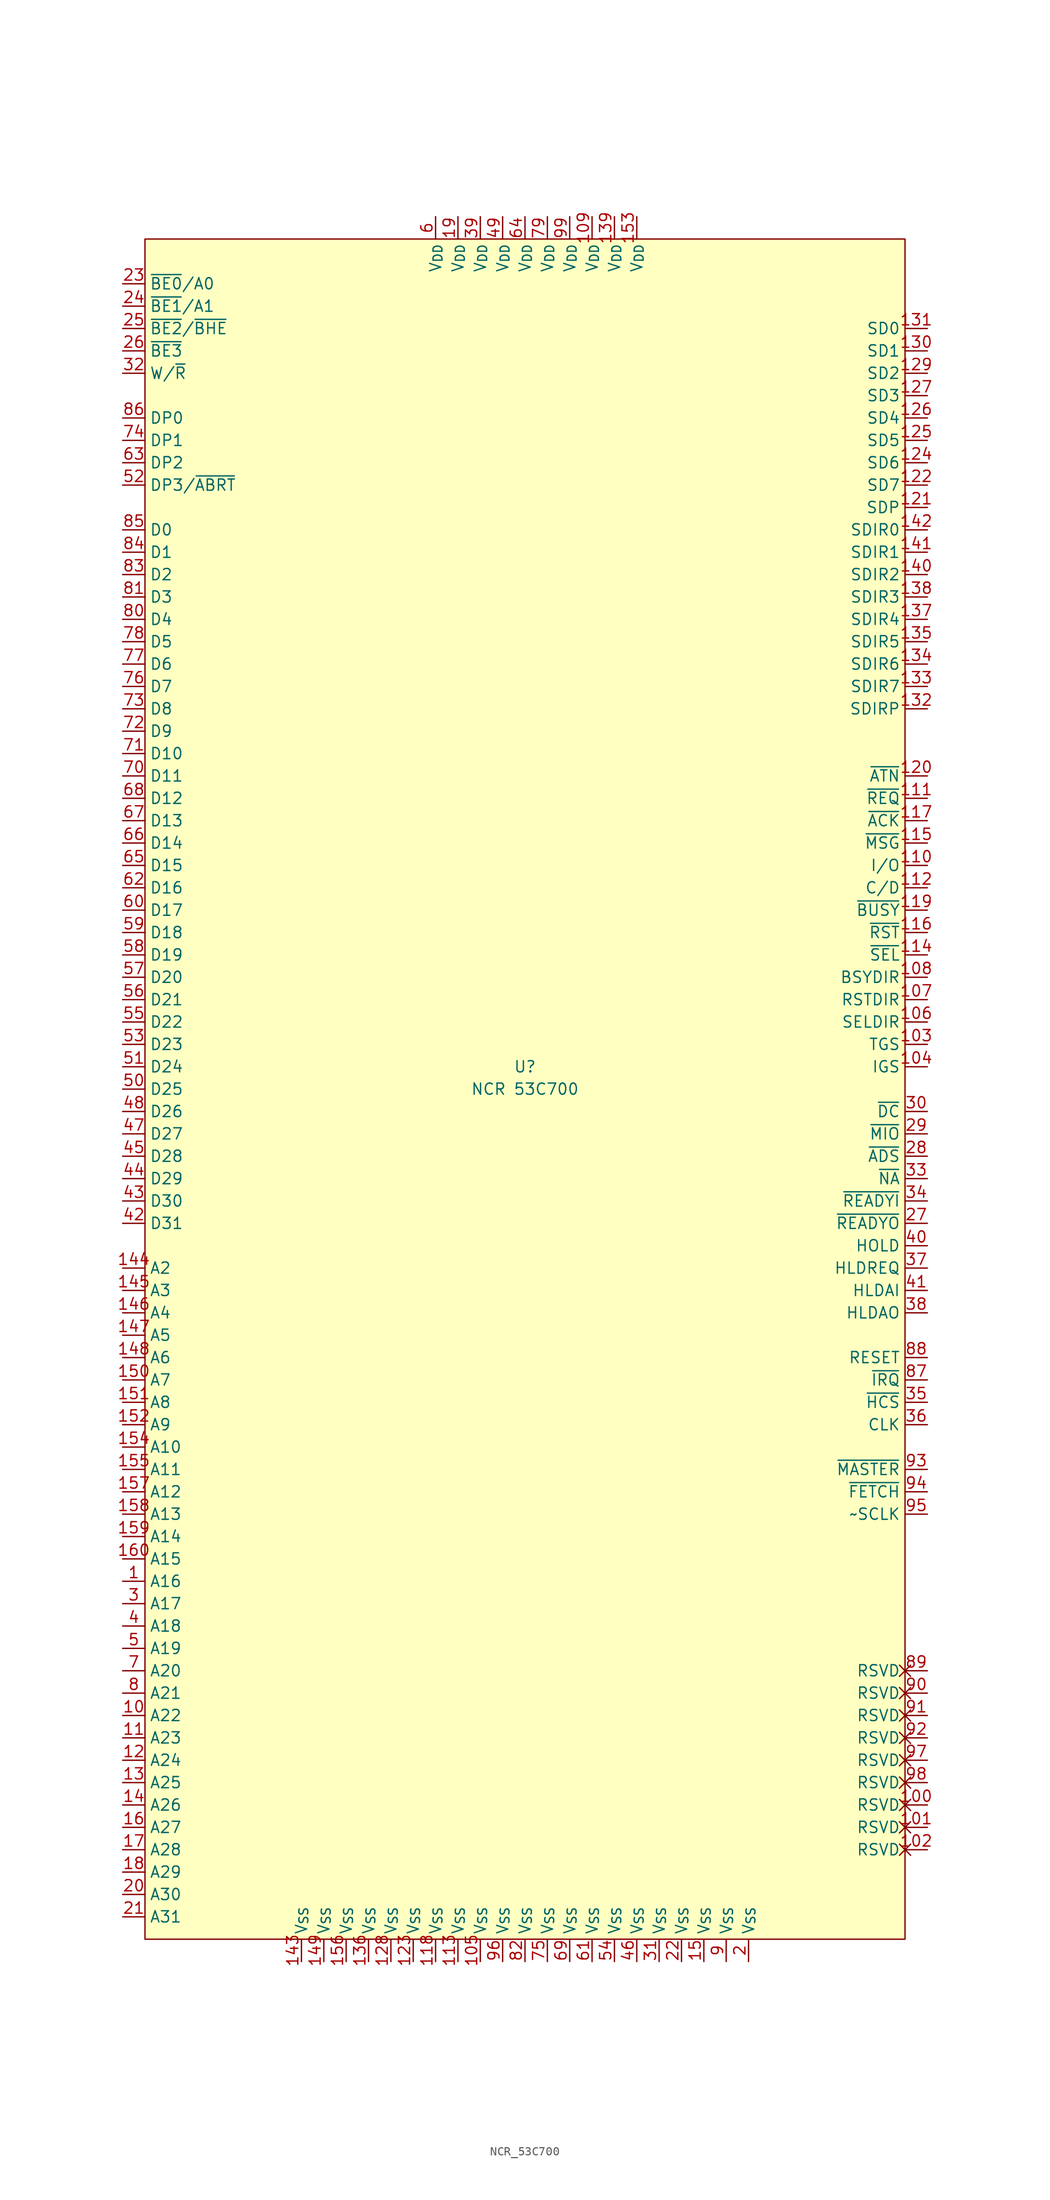
<source format=kicad_sym>
(kicad_symbol_lib
  (version 20220914)
  (generator kicad_symbol_editor)
  (symbol "NCR_53C700"
    (property "Reference" "U"
      (at 0 2.54 0)
      (effects (font (size 1.27 1.27))))
    (property "Value" "NCR 53C700"
      (at 0 0 0)
      (effects (font (size 1.27 1.27))))
    (symbol "NCR_53C700_1_0"
      (pin passive non_logic (at 45.72 -81.28 180) (length 2.54) (name "RSVD" (effects (font (size 1.27 1.27)))) (number "100" (effects (font (size 1.27 1.27)))))
      (pin passive non_logic (at 45.72 -83.82 180) (length 2.54) (name "RSVD" (effects (font (size 1.27 1.27)))) (number "101" (effects (font (size 1.27 1.27)))))
      (pin passive non_logic (at 45.72 -86.36 180) (length 2.54) (name "RSVD" (effects (font (size 1.27 1.27)))) (number "102" (effects (font (size 1.27 1.27)))))
      (pin power_in line (at -5.08 -99.06 90) (length 2.54) (name "V_{SS}" (effects (font (size 1.27 1.27)))) (number "105" (effects (font (size 1.27 1.27)))))
      (pin power_in line (at 7.62 99.06 270) (length 2.54) (name "V_{DD}" (effects (font (size 1.27 1.27)))) (number "109" (effects (font (size 1.27 1.27)))))
      (pin power_in line (at -7.62 -99.06 90) (length 2.54) (name "V_{SS}" (effects (font (size 1.27 1.27)))) (number "113" (effects (font (size 1.27 1.27)))))
      (pin power_in line (at -10.16 -99.06 90) (length 2.54) (name "V_{SS}" (effects (font (size 1.27 1.27)))) (number "118" (effects (font (size 1.27 1.27)))))
      (pin power_in line (at -12.7 -99.06 90) (length 2.54) (name "V_{SS}" (effects (font (size 1.27 1.27)))) (number "123" (effects (font (size 1.27 1.27)))))
      (pin power_in line (at -15.24 -99.06 90) (length 2.54) (name "V_{SS}" (effects (font (size 1.27 1.27)))) (number "128" (effects (font (size 1.27 1.27)))))
      (pin power_in line (at -17.78 -99.06 90) (length 2.54) (name "V_{SS}" (effects (font (size 1.27 1.27)))) (number "136" (effects (font (size 1.27 1.27)))))
      (pin power_in line (at 10.16 99.06 270) (length 2.54) (name "V_{DD}" (effects (font (size 1.27 1.27)))) (number "139" (effects (font (size 1.27 1.27)))))
      (pin power_in line (at -25.4 -99.06 90) (length 2.54) (name "V_{SS}" (effects (font (size 1.27 1.27)))) (number "143" (effects (font (size 1.27 1.27)))))
      (pin power_in line (at -22.86 -99.06 90) (length 2.54) (name "V_{SS}" (effects (font (size 1.27 1.27)))) (number "149" (effects (font (size 1.27 1.27)))))
      (pin power_in line (at 20.32 -99.06 90) (length 2.54) (name "V_{SS}" (effects (font (size 1.27 1.27)))) (number "15" (effects (font (size 1.27 1.27)))))
      (pin power_in line (at 12.7 99.06 270) (length 2.54) (name "V_{DD}" (effects (font (size 1.27 1.27)))) (number "153" (effects (font (size 1.27 1.27)))))
      (pin power_in line (at -20.32 -99.06 90) (length 2.54) (name "V_{SS}" (effects (font (size 1.27 1.27)))) (number "156" (effects (font (size 1.27 1.27)))))
      (pin power_in line (at -7.62 99.06 270) (length 2.54) (name "V_{DD}" (effects (font (size 1.27 1.27)))) (number "19" (effects (font (size 1.27 1.27)))))
      (pin power_in line (at 25.4 -99.06 90) (length 2.54) (name "V_{SS}" (effects (font (size 1.27 1.27)))) (number "2" (effects (font (size 1.27 1.27)))))
      (pin power_in line (at 17.78 -99.06 90) (length 2.54) (name "V_{SS}" (effects (font (size 1.27 1.27)))) (number "22" (effects (font (size 1.27 1.27)))))
      (pin power_in line (at 15.24 -99.06 90) (length 2.54) (name "V_{SS}" (effects (font (size 1.27 1.27)))) (number "31" (effects (font (size 1.27 1.27)))))
      (pin power_in line (at -5.08 99.06 270) (length 2.54) (name "V_{DD}" (effects (font (size 1.27 1.27)))) (number "39" (effects (font (size 1.27 1.27)))))
      (pin power_in line (at 12.7 -99.06 90) (length 2.54) (name "V_{SS}" (effects (font (size 1.27 1.27)))) (number "46" (effects (font (size 1.27 1.27)))))
      (pin power_in line (at -2.54 99.06 270) (length 2.54) (name "V_{DD}" (effects (font (size 1.27 1.27)))) (number "49" (effects (font (size 1.27 1.27)))))
      (pin power_in line (at 10.16 -99.06 90) (length 2.54) (name "V_{SS}" (effects (font (size 1.27 1.27)))) (number "54" (effects (font (size 1.27 1.27)))))
      (pin power_in line (at 7.62 -99.06 90) (length 2.54) (name "V_{SS}" (effects (font (size 1.27 1.27)))) (number "61" (effects (font (size 1.27 1.27)))))
      (pin power_in line (at 0 99.06 270) (length 2.54) (name "V_{DD}" (effects (font (size 1.27 1.27)))) (number "64" (effects (font (size 1.27 1.27)))))
      (pin power_in line (at 5.08 -99.06 90) (length 2.54) (name "V_{SS}" (effects (font (size 1.27 1.27)))) (number "69" (effects (font (size 1.27 1.27)))))
      (pin power_in line (at 2.54 -99.06 90) (length 2.54) (name "V_{SS}" (effects (font (size 1.27 1.27)))) (number "75" (effects (font (size 1.27 1.27)))))
      (pin power_in line (at 2.54 99.06 270) (length 2.54) (name "V_{DD}" (effects (font (size 1.27 1.27)))) (number "79" (effects (font (size 1.27 1.27)))))
      (pin power_in line (at 0 -99.06 90) (length 2.54) (name "V_{SS}" (effects (font (size 1.27 1.27)))) (number "82" (effects (font (size 1.27 1.27)))))
      (pin power_in line (at 22.86 -99.06 90) (length 2.54) (name "V_{SS}" (effects (font (size 1.27 1.27)))) (number "9" (effects (font (size 1.27 1.27)))))
      (pin passive non_logic (at 45.72 -68.58 180) (length 2.54) (name "RSVD" (effects (font (size 1.27 1.27)))) (number "90" (effects (font (size 1.27 1.27)))))
      (pin passive non_logic (at 45.72 -71.12 180) (length 2.54) (name "RSVD" (effects (font (size 1.27 1.27)))) (number "91" (effects (font (size 1.27 1.27)))))
      (pin passive non_logic (at 45.72 -73.66 180) (length 2.54) (name "RSVD" (effects (font (size 1.27 1.27)))) (number "92" (effects (font (size 1.27 1.27)))))
      (pin power_in line (at -2.54 -99.06 90) (length 2.54) (name "V_{SS}" (effects (font (size 1.27 1.27)))) (number "96" (effects (font (size 1.27 1.27)))))
      (pin passive non_logic (at 45.72 -76.2 180) (length 2.54) (name "RSVD" (effects (font (size 1.27 1.27)))) (number "97" (effects (font (size 1.27 1.27)))))
      (pin passive non_logic (at 45.72 -78.74 180) (length 2.54) (name "RSVD" (effects (font (size 1.27 1.27)))) (number "98" (effects (font (size 1.27 1.27)))))
      (pin power_in line (at 5.08 99.06 270) (length 2.54) (name "V_{DD}" (effects (font (size 1.27 1.27)))) (number "99" (effects (font (size 1.27 1.27))))))
    (symbol "NCR_53C700_1_1"
      (rectangle (start -43.18 96.52) (end 43.18 -96.52) (stroke (width 0) (type default)) (fill (type background)))
      (pin tri_state line (at -45.72 -55.88 0) (length 2.54) (name "A16" (effects (font (size 1.27 1.27)))) (number "1" (effects (font (size 1.27 1.27)))))
      (pin tri_state line (at -45.72 -71.12 0) (length 2.54) (name "A22" (effects (font (size 1.27 1.27)))) (number "10" (effects (font (size 1.27 1.27)))))
      (pin output line (at 45.72 5.08 180) (length 2.54) (name "TGS" (effects (font (size 1.27 1.27)))) (number "103" (effects (font (size 1.27 1.27)))))
      (pin output line (at 45.72 2.54 180) (length 2.54) (name "IGS" (effects (font (size 1.27 1.27)))) (number "104" (effects (font (size 1.27 1.27)))))
      (pin output line (at 45.72 7.62 180) (length 2.54) (name "SELDIR" (effects (font (size 1.27 1.27)))) (number "106" (effects (font (size 1.27 1.27)))))
      (pin output line (at 45.72 10.16 180) (length 2.54) (name "RSTDIR" (effects (font (size 1.27 1.27)))) (number "107" (effects (font (size 1.27 1.27)))))
      (pin output line (at 45.72 12.7 180) (length 2.54) (name "BSYDIR" (effects (font (size 1.27 1.27)))) (number "108" (effects (font (size 1.27 1.27)))))
      (pin tri_state line (at -45.72 -73.66 0) (length 2.54) (name "A23" (effects (font (size 1.27 1.27)))) (number "11" (effects (font (size 1.27 1.27)))))
      (pin open_collector line (at 45.72 25.4 180) (length 2.54) (name "I/O" (effects (font (size 1.27 1.27)))) (number "110" (effects (font (size 1.27 1.27)))))
      (pin open_collector line (at 45.72 33.02 180) (length 2.54) (name "~{REQ}" (effects (font (size 1.27 1.27)))) (number "111" (effects (font (size 1.27 1.27)))))
      (pin open_collector line (at 45.72 22.86 180) (length 2.54) (name "C/D" (effects (font (size 1.27 1.27)))) (number "112" (effects (font (size 1.27 1.27)))))
      (pin open_collector line (at 45.72 15.24 180) (length 2.54) (name "~{SEL}" (effects (font (size 1.27 1.27)))) (number "114" (effects (font (size 1.27 1.27)))))
      (pin open_collector line (at 45.72 27.94 180) (length 2.54) (name "~{MSG}" (effects (font (size 1.27 1.27)))) (number "115" (effects (font (size 1.27 1.27)))))
      (pin open_collector line (at 45.72 17.78 180) (length 2.54) (name "~{RST}" (effects (font (size 1.27 1.27)))) (number "116" (effects (font (size 1.27 1.27)))))
      (pin open_collector line (at 45.72 30.48 180) (length 2.54) (name "~{ACK}" (effects (font (size 1.27 1.27)))) (number "117" (effects (font (size 1.27 1.27)))))
      (pin open_collector line (at 45.72 20.32 180) (length 2.54) (name "~{BUSY}" (effects (font (size 1.27 1.27)))) (number "119" (effects (font (size 1.27 1.27)))))
      (pin tri_state line (at -45.72 -76.2 0) (length 2.54) (name "A24" (effects (font (size 1.27 1.27)))) (number "12" (effects (font (size 1.27 1.27)))))
      (pin open_collector line (at 45.72 35.56 180) (length 2.54) (name "~{ATN}" (effects (font (size 1.27 1.27)))) (number "120" (effects (font (size 1.27 1.27)))))
      (pin open_collector line (at 45.72 66.04 180) (length 2.54) (name "SDP" (effects (font (size 1.27 1.27)))) (number "121" (effects (font (size 1.27 1.27)))))
      (pin open_collector line (at 45.72 68.58 180) (length 2.54) (name "SD7" (effects (font (size 1.27 1.27)))) (number "122" (effects (font (size 1.27 1.27)))))
      (pin open_collector line (at 45.72 71.12 180) (length 2.54) (name "SD6" (effects (font (size 1.27 1.27)))) (number "124" (effects (font (size 1.27 1.27)))))
      (pin open_collector line (at 45.72 73.66 180) (length 2.54) (name "SD5" (effects (font (size 1.27 1.27)))) (number "125" (effects (font (size 1.27 1.27)))))
      (pin open_collector line (at 45.72 76.2 180) (length 2.54) (name "SD4" (effects (font (size 1.27 1.27)))) (number "126" (effects (font (size 1.27 1.27)))))
      (pin open_collector line (at 45.72 78.74 180) (length 2.54) (name "SD3" (effects (font (size 1.27 1.27)))) (number "127" (effects (font (size 1.27 1.27)))))
      (pin open_collector line (at 45.72 81.28 180) (length 2.54) (name "SD2" (effects (font (size 1.27 1.27)))) (number "129" (effects (font (size 1.27 1.27)))))
      (pin tri_state line (at -45.72 -78.74 0) (length 2.54) (name "A25" (effects (font (size 1.27 1.27)))) (number "13" (effects (font (size 1.27 1.27)))))
      (pin open_collector line (at 45.72 83.82 180) (length 2.54) (name "SD1" (effects (font (size 1.27 1.27)))) (number "130" (effects (font (size 1.27 1.27)))))
      (pin open_collector line (at 45.72 86.36 180) (length 2.54) (name "SD0" (effects (font (size 1.27 1.27)))) (number "131" (effects (font (size 1.27 1.27)))))
      (pin output line (at 45.72 43.18 180) (length 2.54) (name "SDIRP" (effects (font (size 1.27 1.27)))) (number "132" (effects (font (size 1.27 1.27)))))
      (pin output line (at 45.72 45.72 180) (length 2.54) (name "SDIR7" (effects (font (size 1.27 1.27)))) (number "133" (effects (font (size 1.27 1.27)))))
      (pin output line (at 45.72 48.26 180) (length 2.54) (name "SDIR6" (effects (font (size 1.27 1.27)))) (number "134" (effects (font (size 1.27 1.27)))))
      (pin output line (at 45.72 50.8 180) (length 2.54) (name "SDIR5" (effects (font (size 1.27 1.27)))) (number "135" (effects (font (size 1.27 1.27)))))
      (pin output line (at 45.72 53.34 180) (length 2.54) (name "SDIR4" (effects (font (size 1.27 1.27)))) (number "137" (effects (font (size 1.27 1.27)))))
      (pin output line (at 45.72 55.88 180) (length 2.54) (name "SDIR3" (effects (font (size 1.27 1.27)))) (number "138" (effects (font (size 1.27 1.27)))))
      (pin tri_state line (at -45.72 -81.28 0) (length 2.54) (name "A26" (effects (font (size 1.27 1.27)))) (number "14" (effects (font (size 1.27 1.27)))))
      (pin output line (at 45.72 58.42 180) (length 2.54) (name "SDIR2" (effects (font (size 1.27 1.27)))) (number "140" (effects (font (size 1.27 1.27)))))
      (pin output line (at 45.72 60.96 180) (length 2.54) (name "SDIR1" (effects (font (size 1.27 1.27)))) (number "141" (effects (font (size 1.27 1.27)))))
      (pin output line (at 45.72 63.5 180) (length 2.54) (name "SDIR0" (effects (font (size 1.27 1.27)))) (number "142" (effects (font (size 1.27 1.27)))))
      (pin tri_state line (at -45.72 -20.32 0) (length 2.54) (name "A2" (effects (font (size 1.27 1.27)))) (number "144" (effects (font (size 1.27 1.27)))))
      (pin tri_state line (at -45.72 -22.86 0) (length 2.54) (name "A3" (effects (font (size 1.27 1.27)))) (number "145" (effects (font (size 1.27 1.27)))))
      (pin tri_state line (at -45.72 -25.4 0) (length 2.54) (name "A4" (effects (font (size 1.27 1.27)))) (number "146" (effects (font (size 1.27 1.27)))))
      (pin tri_state line (at -45.72 -27.94 0) (length 2.54) (name "A5" (effects (font (size 1.27 1.27)))) (number "147" (effects (font (size 1.27 1.27)))))
      (pin tri_state line (at -45.72 -30.48 0) (length 2.54) (name "A6" (effects (font (size 1.27 1.27)))) (number "148" (effects (font (size 1.27 1.27)))))
      (pin tri_state line (at -45.72 -33.02 0) (length 2.54) (name "A7" (effects (font (size 1.27 1.27)))) (number "150" (effects (font (size 1.27 1.27)))))
      (pin tri_state line (at -45.72 -35.56 0) (length 2.54) (name "A8" (effects (font (size 1.27 1.27)))) (number "151" (effects (font (size 1.27 1.27)))))
      (pin tri_state line (at -45.72 -38.1 0) (length 2.54) (name "A9" (effects (font (size 1.27 1.27)))) (number "152" (effects (font (size 1.27 1.27)))))
      (pin tri_state line (at -45.72 -40.64 0) (length 2.54) (name "A10" (effects (font (size 1.27 1.27)))) (number "154" (effects (font (size 1.27 1.27)))))
      (pin tri_state line (at -45.72 -43.18 0) (length 2.54) (name "A11" (effects (font (size 1.27 1.27)))) (number "155" (effects (font (size 1.27 1.27)))))
      (pin tri_state line (at -45.72 -45.72 0) (length 2.54) (name "A12" (effects (font (size 1.27 1.27)))) (number "157" (effects (font (size 1.27 1.27)))))
      (pin tri_state line (at -45.72 -48.26 0) (length 2.54) (name "A13" (effects (font (size 1.27 1.27)))) (number "158" (effects (font (size 1.27 1.27)))))
      (pin tri_state line (at -45.72 -50.8 0) (length 2.54) (name "A14" (effects (font (size 1.27 1.27)))) (number "159" (effects (font (size 1.27 1.27)))))
      (pin tri_state line (at -45.72 -83.82 0) (length 2.54) (name "A27" (effects (font (size 1.27 1.27)))) (number "16" (effects (font (size 1.27 1.27)))))
      (pin tri_state line (at -45.72 -53.34 0) (length 2.54) (name "A15" (effects (font (size 1.27 1.27)))) (number "160" (effects (font (size 1.27 1.27)))))
      (pin tri_state line (at -45.72 -86.36 0) (length 2.54) (name "A28" (effects (font (size 1.27 1.27)))) (number "17" (effects (font (size 1.27 1.27)))))
      (pin tri_state line (at -45.72 -88.9 0) (length 2.54) (name "A29" (effects (font (size 1.27 1.27)))) (number "18" (effects (font (size 1.27 1.27)))))
      (pin tri_state line (at -45.72 -91.44 0) (length 2.54) (name "A30" (effects (font (size 1.27 1.27)))) (number "20" (effects (font (size 1.27 1.27)))))
      (pin tri_state line (at -45.72 -93.98 0) (length 2.54) (name "A31" (effects (font (size 1.27 1.27)))) (number "21" (effects (font (size 1.27 1.27)))))
      (pin bidirectional line (at -45.72 91.44 0) (length 2.54) (name "~{BE0}/A0" (effects (font (size 1.27 1.27)))) (number "23" (effects (font (size 1.27 1.27)))))
      (pin bidirectional line (at -45.72 88.9 0) (length 2.54) (name "~{BE1}/A1" (effects (font (size 1.27 1.27)))) (number "24" (effects (font (size 1.27 1.27)))))
      (pin bidirectional line (at -45.72 86.36 0) (length 2.54) (name "~{BE2}/~{BHE}" (effects (font (size 1.27 1.27)))) (number "25" (effects (font (size 1.27 1.27)))))
      (pin bidirectional line (at -45.72 83.82 0) (length 2.54) (name "~{BE3}" (effects (font (size 1.27 1.27)))) (number "26" (effects (font (size 1.27 1.27)))))
      (pin output line (at 45.72 -15.24 180) (length 2.54) (name "~{READYO}" (effects (font (size 1.27 1.27)))) (number "27" (effects (font (size 1.27 1.27)))))
      (pin tri_state line (at 45.72 -7.62 180) (length 2.54) (name "~{ADS}" (effects (font (size 1.27 1.27)))) (number "28" (effects (font (size 1.27 1.27)))))
      (pin output line (at 45.72 -5.08 180) (length 2.54) (name "~{MIO}" (effects (font (size 1.27 1.27)))) (number "29" (effects (font (size 1.27 1.27)))))
      (pin tri_state line (at -45.72 -58.42 0) (length 2.54) (name "A17" (effects (font (size 1.27 1.27)))) (number "3" (effects (font (size 1.27 1.27)))))
      (pin bidirectional line (at 45.72 -2.54 180) (length 2.54) (name "~{DC}" (effects (font (size 1.27 1.27)))) (number "30" (effects (font (size 1.27 1.27)))))
      (pin bidirectional line (at -45.72 81.28 0) (length 2.54) (name "W/~{R}" (effects (font (size 1.27 1.27)))) (number "32" (effects (font (size 1.27 1.27)))))
      (pin input line (at 45.72 -10.16 180) (length 2.54) (name "~{NA}" (effects (font (size 1.27 1.27)))) (number "33" (effects (font (size 1.27 1.27)))))
      (pin input line (at 45.72 -12.7 180) (length 2.54) (name "~{READYI}" (effects (font (size 1.27 1.27)))) (number "34" (effects (font (size 1.27 1.27)))))
      (pin input line (at 45.72 -35.56 180) (length 2.54) (name "~{HCS}" (effects (font (size 1.27 1.27)))) (number "35" (effects (font (size 1.27 1.27)))))
      (pin input line (at 45.72 -38.1 180) (length 2.54) (name "CLK" (effects (font (size 1.27 1.27)))) (number "36" (effects (font (size 1.27 1.27)))))
      (pin input line (at 45.72 -20.32 180) (length 2.54) (name "HLDREQ" (effects (font (size 1.27 1.27)))) (number "37" (effects (font (size 1.27 1.27)))))
      (pin output line (at 45.72 -25.4 180) (length 2.54) (name "HLDAO" (effects (font (size 1.27 1.27)))) (number "38" (effects (font (size 1.27 1.27)))))
      (pin tri_state line (at -45.72 -60.96 0) (length 2.54) (name "A18" (effects (font (size 1.27 1.27)))) (number "4" (effects (font (size 1.27 1.27)))))
      (pin output line (at 45.72 -17.78 180) (length 2.54) (name "HOLD" (effects (font (size 1.27 1.27)))) (number "40" (effects (font (size 1.27 1.27)))))
      (pin input line (at 45.72 -22.86 180) (length 2.54) (name "HLDAI" (effects (font (size 1.27 1.27)))) (number "41" (effects (font (size 1.27 1.27)))))
      (pin tri_state line (at -45.72 -15.24 0) (length 2.54) (name "D31" (effects (font (size 1.27 1.27)))) (number "42" (effects (font (size 1.27 1.27)))))
      (pin tri_state line (at -45.72 -12.7 0) (length 2.54) (name "D30" (effects (font (size 1.27 1.27)))) (number "43" (effects (font (size 1.27 1.27)))))
      (pin tri_state line (at -45.72 -10.16 0) (length 2.54) (name "D29" (effects (font (size 1.27 1.27)))) (number "44" (effects (font (size 1.27 1.27)))))
      (pin tri_state line (at -45.72 -7.62 0) (length 2.54) (name "D28" (effects (font (size 1.27 1.27)))) (number "45" (effects (font (size 1.27 1.27)))))
      (pin tri_state line (at -45.72 -5.08 0) (length 2.54) (name "D27" (effects (font (size 1.27 1.27)))) (number "47" (effects (font (size 1.27 1.27)))))
      (pin tri_state line (at -45.72 -2.54 0) (length 2.54) (name "D26" (effects (font (size 1.27 1.27)))) (number "48" (effects (font (size 1.27 1.27)))))
      (pin tri_state line (at -45.72 -63.5 0) (length 2.54) (name "A19" (effects (font (size 1.27 1.27)))) (number "5" (effects (font (size 1.27 1.27)))))
      (pin tri_state line (at -45.72 0 0) (length 2.54) (name "D25" (effects (font (size 1.27 1.27)))) (number "50" (effects (font (size 1.27 1.27)))))
      (pin tri_state line (at -45.72 2.54 0) (length 2.54) (name "D24" (effects (font (size 1.27 1.27)))) (number "51" (effects (font (size 1.27 1.27)))))
      (pin bidirectional line (at -45.72 68.58 0) (length 2.54) (name "DP3/~{ABRT}" (effects (font (size 1.27 1.27)))) (number "52" (effects (font (size 1.27 1.27)))))
      (pin tri_state line (at -45.72 5.08 0) (length 2.54) (name "D23" (effects (font (size 1.27 1.27)))) (number "53" (effects (font (size 1.27 1.27)))))
      (pin tri_state line (at -45.72 7.62 0) (length 2.54) (name "D22" (effects (font (size 1.27 1.27)))) (number "55" (effects (font (size 1.27 1.27)))))
      (pin tri_state line (at -45.72 10.16 0) (length 2.54) (name "D21" (effects (font (size 1.27 1.27)))) (number "56" (effects (font (size 1.27 1.27)))))
      (pin tri_state line (at -45.72 12.7 0) (length 2.54) (name "D20" (effects (font (size 1.27 1.27)))) (number "57" (effects (font (size 1.27 1.27)))))
      (pin tri_state line (at -45.72 15.24 0) (length 2.54) (name "D19" (effects (font (size 1.27 1.27)))) (number "58" (effects (font (size 1.27 1.27)))))
      (pin tri_state line (at -45.72 17.78 0) (length 2.54) (name "D18" (effects (font (size 1.27 1.27)))) (number "59" (effects (font (size 1.27 1.27)))))
      (pin power_in line (at -10.16 99.06 270) (length 2.54) (name "V_{DD}" (effects (font (size 1.27 1.27)))) (number "6" (effects (font (size 1.27 1.27)))))
      (pin tri_state line (at -45.72 20.32 0) (length 2.54) (name "D17" (effects (font (size 1.27 1.27)))) (number "60" (effects (font (size 1.27 1.27)))))
      (pin tri_state line (at -45.72 22.86 0) (length 2.54) (name "D16" (effects (font (size 1.27 1.27)))) (number "62" (effects (font (size 1.27 1.27)))))
      (pin bidirectional line (at -45.72 71.12 0) (length 2.54) (name "DP2" (effects (font (size 1.27 1.27)))) (number "63" (effects (font (size 1.27 1.27)))))
      (pin tri_state line (at -45.72 25.4 0) (length 2.54) (name "D15" (effects (font (size 1.27 1.27)))) (number "65" (effects (font (size 1.27 1.27)))))
      (pin tri_state line (at -45.72 27.94 0) (length 2.54) (name "D14" (effects (font (size 1.27 1.27)))) (number "66" (effects (font (size 1.27 1.27)))))
      (pin tri_state line (at -45.72 30.48 0) (length 2.54) (name "D13" (effects (font (size 1.27 1.27)))) (number "67" (effects (font (size 1.27 1.27)))))
      (pin tri_state line (at -45.72 33.02 0) (length 2.54) (name "D12" (effects (font (size 1.27 1.27)))) (number "68" (effects (font (size 1.27 1.27)))))
      (pin tri_state line (at -45.72 -66.04 0) (length 2.54) (name "A20" (effects (font (size 1.27 1.27)))) (number "7" (effects (font (size 1.27 1.27)))))
      (pin tri_state line (at -45.72 35.56 0) (length 2.54) (name "D11" (effects (font (size 1.27 1.27)))) (number "70" (effects (font (size 1.27 1.27)))))
      (pin tri_state line (at -45.72 38.1 0) (length 2.54) (name "D10" (effects (font (size 1.27 1.27)))) (number "71" (effects (font (size 1.27 1.27)))))
      (pin tri_state line (at -45.72 40.64 0) (length 2.54) (name "D9" (effects (font (size 1.27 1.27)))) (number "72" (effects (font (size 1.27 1.27)))))
      (pin tri_state line (at -45.72 43.18 0) (length 2.54) (name "D8" (effects (font (size 1.27 1.27)))) (number "73" (effects (font (size 1.27 1.27)))))
      (pin bidirectional line (at -45.72 73.66 0) (length 2.54) (name "DP1" (effects (font (size 1.27 1.27)))) (number "74" (effects (font (size 1.27 1.27)))))
      (pin tri_state line (at -45.72 45.72 0) (length 2.54) (name "D7" (effects (font (size 1.27 1.27)))) (number "76" (effects (font (size 1.27 1.27)))))
      (pin tri_state line (at -45.72 48.26 0) (length 2.54) (name "D6" (effects (font (size 1.27 1.27)))) (number "77" (effects (font (size 1.27 1.27)))))
      (pin tri_state line (at -45.72 50.8 0) (length 2.54) (name "D5" (effects (font (size 1.27 1.27)))) (number "78" (effects (font (size 1.27 1.27)))))
      (pin tri_state line (at -45.72 -68.58 0) (length 2.54) (name "A21" (effects (font (size 1.27 1.27)))) (number "8" (effects (font (size 1.27 1.27)))))
      (pin tri_state line (at -45.72 53.34 0) (length 2.54) (name "D4" (effects (font (size 1.27 1.27)))) (number "80" (effects (font (size 1.27 1.27)))))
      (pin tri_state line (at -45.72 55.88 0) (length 2.54) (name "D3" (effects (font (size 1.27 1.27)))) (number "81" (effects (font (size 1.27 1.27)))))
      (pin tri_state line (at -45.72 58.42 0) (length 2.54) (name "D2" (effects (font (size 1.27 1.27)))) (number "83" (effects (font (size 1.27 1.27)))))
      (pin tri_state line (at -45.72 60.96 0) (length 2.54) (name "D1" (effects (font (size 1.27 1.27)))) (number "84" (effects (font (size 1.27 1.27)))))
      (pin tri_state line (at -45.72 63.5 0) (length 2.54) (name "D0" (effects (font (size 1.27 1.27)))) (number "85" (effects (font (size 1.27 1.27)))))
      (pin bidirectional line (at -45.72 76.2 0) (length 2.54) (name "DP0" (effects (font (size 1.27 1.27)))) (number "86" (effects (font (size 1.27 1.27)))))
      (pin output line (at 45.72 -33.02 180) (length 2.54) (name "~{IRQ}" (effects (font (size 1.27 1.27)))) (number "87" (effects (font (size 1.27 1.27)))))
      (pin input line (at 45.72 -30.48 180) (length 2.54) (name "RESET" (effects (font (size 1.27 1.27)))) (number "88" (effects (font (size 1.27 1.27)))))
      (pin passive non_logic (at 45.72 -66.04 180) (length 2.54) (name "RSVD" (effects (font (size 1.27 1.27)))) (number "89" (effects (font (size 1.27 1.27)))))
      (pin output line (at 45.72 -43.18 180) (length 2.54) (name "~{MASTER}" (effects (font (size 1.27 1.27)))) (number "93" (effects (font (size 1.27 1.27)))))
      (pin output line (at 45.72 -45.72 180) (length 2.54) (name "~{FETCH}" (effects (font (size 1.27 1.27)))) (number "94" (effects (font (size 1.27 1.27)))))
      (pin input line (at 45.72 -48.26 180) (length 2.54) (name "~SCLK" (effects (font (size 1.27 1.27)))) (number "95" (effects (font (size 1.27 1.27))))))))
</source>
